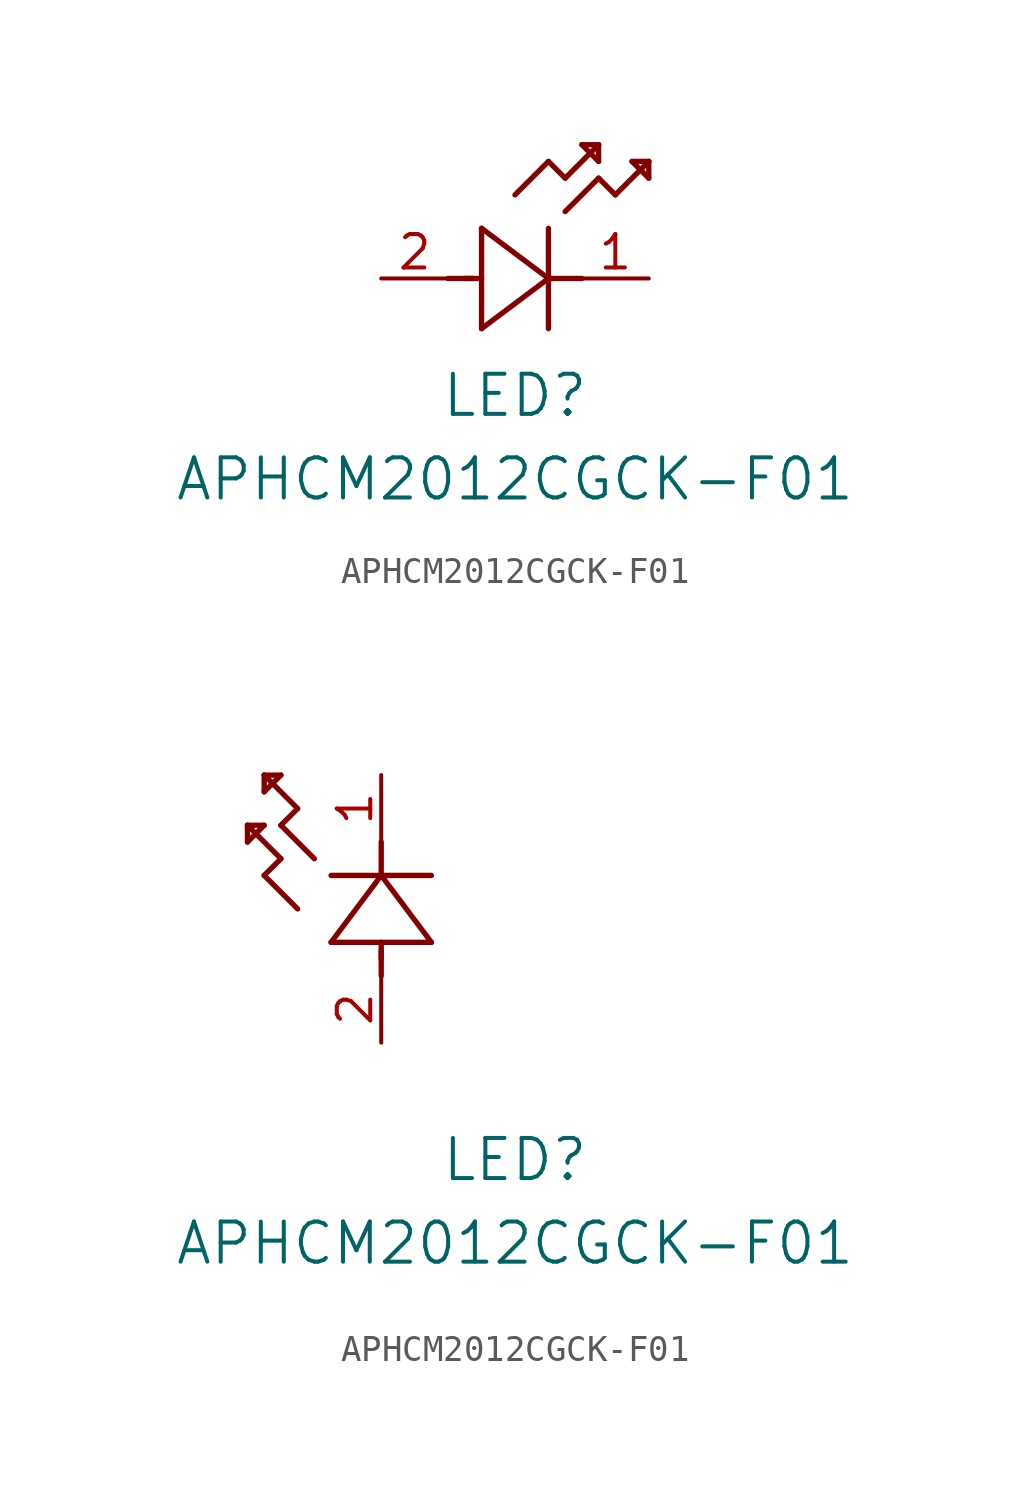
<source format=kicad_sym>
(kicad_symbol_lib
  (version 20211014)
  (generator kicad_symbol_editor)
  (symbol "APHCM2012CGCK-F01"
    (pin_names
      (offset 0.254))
    (property "Reference" "LED"
      (at 5.08 -4.445 0)
      (effects (font (size 1.524 1.524))))
    (property "Value" "APHCM2012CGCK-F01"
      (at 5.08 -7.62 0)
      (effects (font (size 1.524 1.524))))
    (symbol "APHCM2012CGCK-F01_1_1"
      (polyline (pts (xy 2.54 0) (xy 3.48 0)) (stroke (width 0.203) (type default) (color 0 0 0 0)) (fill (type none)))
      (polyline (pts (xy 3.81 1.905) (xy 3.81 -1.905)) (stroke (width 0.203) (type default) (color 0 0 0 0)) (fill (type none)))
      (polyline (pts (xy 3.175 0) (xy 3.81 0)) (stroke (width 0.203) (type default) (color 0 0 0 0)) (fill (type none)))
      (polyline (pts (xy 6.35 -1.905) (xy 6.35 1.905)) (stroke (width 0.203) (type default) (color 0 0 0 0)) (fill (type none)))
      (polyline (pts (xy 6.35 0) (xy 7.62 0)) (stroke (width 0.203) (type default) (color 0 0 0 0)) (fill (type none)))
      (polyline (pts (xy 6.35 4.445) (xy 6.985 3.81)) (stroke (width 0.203) (type default) (color 0 0 0 0)) (fill (type none)))
      (polyline (pts (xy 6.985 3.81) (xy 8.255 5.08)) (stroke (width 0.203) (type default) (color 0 0 0 0)) (fill (type none)))
      (polyline (pts (xy 8.255 3.81) (xy 8.89 3.175)) (stroke (width 0.203) (type default) (color 0 0 0 0)) (fill (type none)))
      (polyline (pts (xy 8.89 3.175) (xy 10.16 4.445)) (stroke (width 0.203) (type default) (color 0 0 0 0)) (fill (type none)))
      (polyline (pts (xy 8.255 5.08) (xy 7.62 5.08)) (stroke (width 0.203) (type default) (color 0 0 0 0)) (fill (type none)))
      (polyline (pts (xy 7.62 5.08) (xy 8.255 4.445)) (stroke (width 0.203) (type default) (color 0 0 0 0)) (fill (type none)))
      (polyline (pts (xy 8.255 4.445) (xy 8.255 5.08)) (stroke (width 0.203) (type default) (color 0 0 0 0)) (fill (type none)))
      (polyline (pts (xy 10.16 4.445) (xy 9.525 4.445)) (stroke (width 0.203) (type default) (color 0 0 0 0)) (fill (type none)))
      (polyline (pts (xy 9.525 4.445) (xy 10.16 3.81)) (stroke (width 0.203) (type default) (color 0 0 0 0)) (fill (type none)))
      (polyline (pts (xy 10.16 3.81) (xy 10.16 4.445)) (stroke (width 0.203) (type default) (color 0 0 0 0)) (fill (type none)))
      (polyline (pts (xy 6.985 2.54) (xy 8.255 3.81)) (stroke (width 0.203) (type default) (color 0 0 0 0)) (fill (type none)))
      (polyline (pts (xy 6.35 0) (xy 3.81 1.905)) (stroke (width 0.203) (type default) (color 0 0 0 0)) (fill (type none)))
      (polyline (pts (xy 3.81 -1.905) (xy 6.35 0)) (stroke (width 0.203) (type default) (color 0 0 0 0)) (fill (type none)))
      (polyline (pts (xy 5.08 3.175) (xy 6.35 4.445)) (stroke (width 0.203) (type default) (color 0 0 0 0)) (fill (type none)))
      (pin unspecified line (at 10.16 0 180) (length 2.54) (name "" (effects (font (size 1.27 1.27)))) (number "1" (effects (font (size 1.27 1.27)))))
      (pin unspecified line (at 0 0 0) (length 2.54) (name "" (effects (font (size 1.27 1.27)))) (number "2" (effects (font (size 1.27 1.27))))))
    (symbol "APHCM2012CGCK-F01_1_2"
      (polyline (pts (xy 0 2.54) (xy 0 3.48)) (stroke (width 0.203) (type default) (color 0 0 0 0)) (fill (type none)))
      (polyline (pts (xy -1.905 3.81) (xy 1.905 3.81)) (stroke (width 0.203) (type default) (color 0 0 0 0)) (fill (type none)))
      (polyline (pts (xy 0 3.175) (xy 0 3.81)) (stroke (width 0.203) (type default) (color 0 0 0 0)) (fill (type none)))
      (polyline (pts (xy 1.905 6.35) (xy -1.905 6.35)) (stroke (width 0.203) (type default) (color 0 0 0 0)) (fill (type none)))
      (polyline (pts (xy 0 6.35) (xy 0 7.62)) (stroke (width 0.203) (type default) (color 0 0 0 0)) (fill (type none)))
      (polyline (pts (xy 0 6.35) (xy -1.905 3.81)) (stroke (width 0.203) (type default) (color 0 0 0 0)) (fill (type none)))
      (polyline (pts (xy 1.905 3.81) (xy 0 6.35)) (stroke (width 0.203) (type default) (color 0 0 0 0)) (fill (type none)))
      (polyline (pts (xy -4.445 6.35) (xy -3.81 6.985)) (stroke (width 0.203) (type default) (color 0 0 0 0)) (fill (type none)))
      (polyline (pts (xy -2.54 6.985) (xy -3.81 8.255)) (stroke (width 0.203) (type default) (color 0 0 0 0)) (fill (type none)))
      (polyline (pts (xy -3.175 5.08) (xy -4.445 6.35)) (stroke (width 0.203) (type default) (color 0 0 0 0)) (fill (type none)))
      (polyline (pts (xy -4.445 10.16) (xy -4.445 9.525)) (stroke (width 0.203) (type default) (color 0 0 0 0)) (fill (type none)))
      (polyline (pts (xy -4.445 9.525) (xy -3.81 10.16)) (stroke (width 0.203) (type default) (color 0 0 0 0)) (fill (type none)))
      (polyline (pts (xy -3.81 10.16) (xy -4.445 10.16)) (stroke (width 0.203) (type default) (color 0 0 0 0)) (fill (type none)))
      (polyline (pts (xy -3.81 8.255) (xy -3.175 8.89)) (stroke (width 0.203) (type default) (color 0 0 0 0)) (fill (type none)))
      (polyline (pts (xy -3.175 8.89) (xy -4.445 10.16)) (stroke (width 0.203) (type default) (color 0 0 0 0)) (fill (type none)))
      (polyline (pts (xy -3.81 6.985) (xy -5.08 8.255)) (stroke (width 0.203) (type default) (color 0 0 0 0)) (fill (type none)))
      (polyline (pts (xy -5.08 8.255) (xy -5.08 7.62)) (stroke (width 0.203) (type default) (color 0 0 0 0)) (fill (type none)))
      (polyline (pts (xy -5.08 7.62) (xy -4.445 8.255)) (stroke (width 0.203) (type default) (color 0 0 0 0)) (fill (type none)))
      (polyline (pts (xy -4.445 8.255) (xy -5.08 8.255)) (stroke (width 0.203) (type default) (color 0 0 0 0)) (fill (type none)))
      (pin unspecified line (at 0 10.16 270) (length 2.54) (name "" (effects (font (size 1.27 1.27)))) (number "1" (effects (font (size 1.27 1.27)))))
      (pin unspecified line (at 0 0 90) (length 2.54) (name "" (effects (font (size 1.27 1.27)))) (number "2" (effects (font (size 1.27 1.27))))))))
</source>
